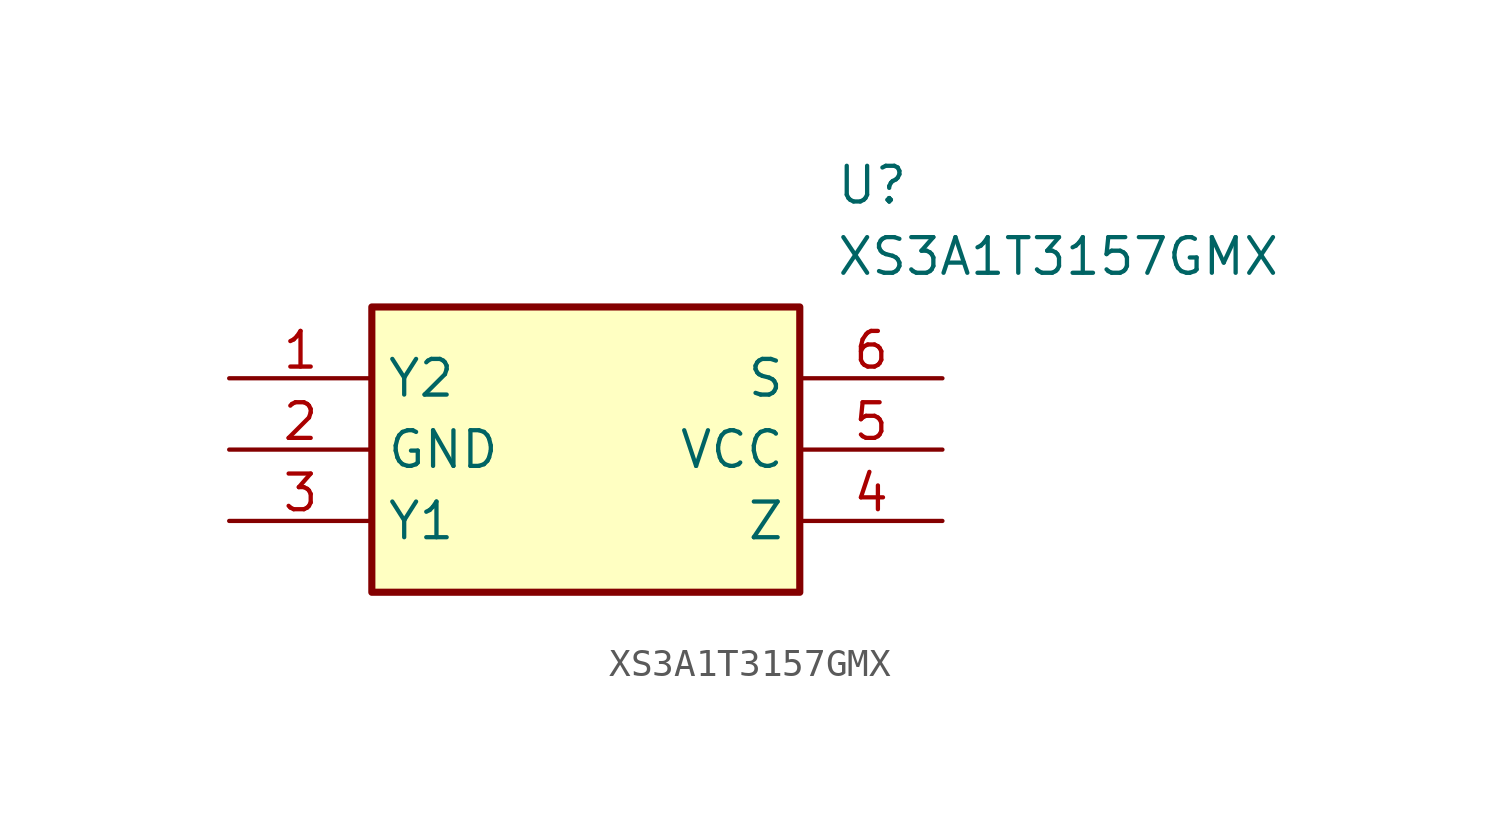
<source format=kicad_sym>
(kicad_symbol_lib
  (version 20220914)
  (generator kicad_symbol_editor)
  (symbol "XS3A1T3157GMX"
    (property "Reference" "U"
      (at 21.59 7.62 0)
      (effects (font (size 1.27 1.27)) (justify left top)))
    (property "Value" "XS3A1T3157GMX"
      (at 21.59 5.08 0)
      (effects (font (size 1.27 1.27)) (justify left top)))
    (symbol "XS3A1T3157GMX_1_1"
      (rectangle (start 5.08 2.54) (end 20.32 -7.62) (stroke (width 0.254) (type default)) (fill (type background)))
      (pin passive line (at 0 0 0) (length 5.08) (name "Y2" (effects (font (size 1.27 1.27)))) (number "1" (effects (font (size 1.27 1.27)))))
      (pin passive line (at 0 -2.54 0) (length 5.08) (name "GND" (effects (font (size 1.27 1.27)))) (number "2" (effects (font (size 1.27 1.27)))))
      (pin passive line (at 0 -5.08 0) (length 5.08) (name "Y1" (effects (font (size 1.27 1.27)))) (number "3" (effects (font (size 1.27 1.27)))))
      (pin passive line (at 25.4 -5.08 180) (length 5.08) (name "Z" (effects (font (size 1.27 1.27)))) (number "4" (effects (font (size 1.27 1.27)))))
      (pin passive line (at 25.4 -2.54 180) (length 5.08) (name "VCC" (effects (font (size 1.27 1.27)))) (number "5" (effects (font (size 1.27 1.27)))))
      (pin passive line (at 25.4 0 180) (length 5.08) (name "S" (effects (font (size 1.27 1.27)))) (number "6" (effects (font (size 1.27 1.27))))))))
</source>
